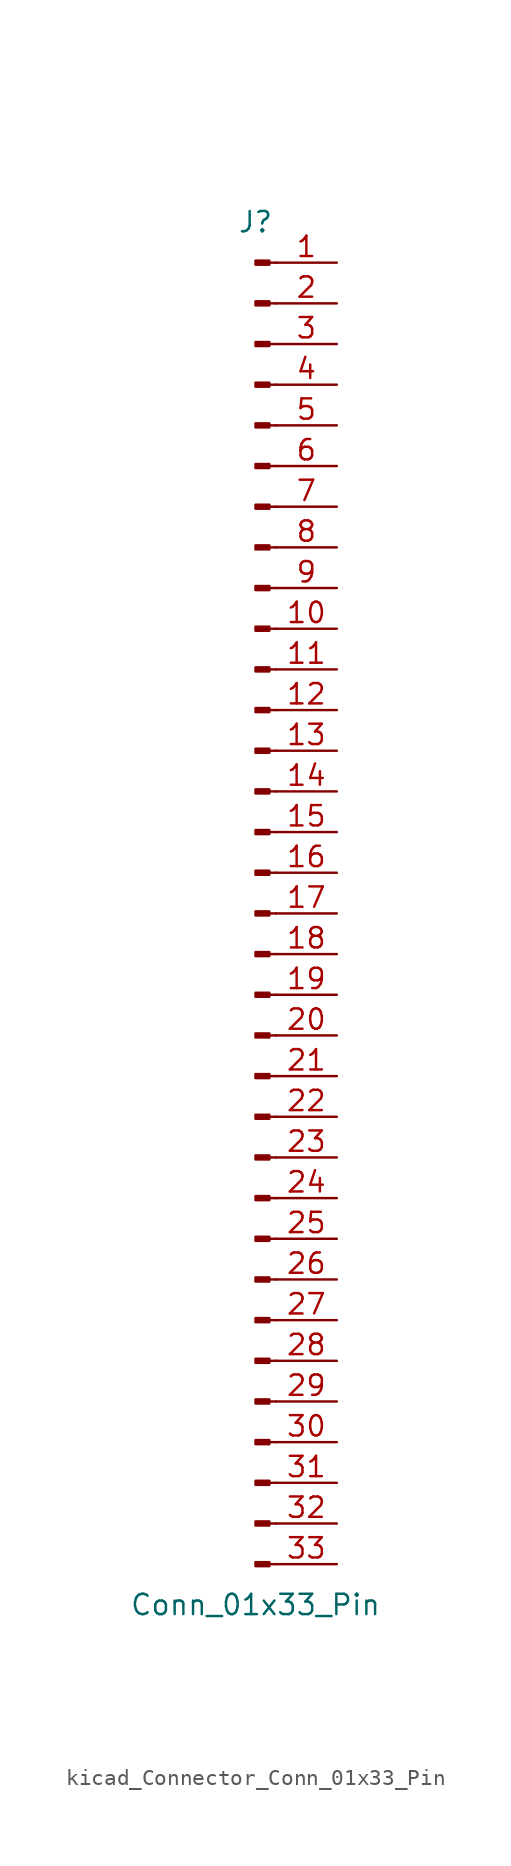
<source format=kicad_sym>
(kicad_symbol_lib
  (version 20220914)
  (generator kicad_symbol_editor)
  (symbol "kicad_Connector_Conn_01x33_Pin"
    (pin_names
      (offset 1.016) hide)
    (property "Reference" "J"
      (at 0 43.18 0)
      (effects (font (size 1.27 1.27))))
    (property "Value" "Conn_01x33_Pin"
      (at 0 -43.18 0)
      (effects (font (size 1.27 1.27))))
    (property "ki_locked" ""
      (at 0 0 0)
      (effects (font (size 1.27 1.27))))
    (symbol "kicad_Connector_Conn_01x33_Pin_1_1"
      (polyline (pts (xy 1.27 -40.64) (xy 0.864 -40.64)) (stroke (width 0.152) (type default)) (fill (type none)))
      (polyline (pts (xy 1.27 -38.1) (xy 0.864 -38.1)) (stroke (width 0.152) (type default)) (fill (type none)))
      (polyline (pts (xy 1.27 -35.56) (xy 0.864 -35.56)) (stroke (width 0.152) (type default)) (fill (type none)))
      (polyline (pts (xy 1.27 -33.02) (xy 0.864 -33.02)) (stroke (width 0.152) (type default)) (fill (type none)))
      (polyline (pts (xy 1.27 -30.48) (xy 0.864 -30.48)) (stroke (width 0.152) (type default)) (fill (type none)))
      (polyline (pts (xy 1.27 -27.94) (xy 0.864 -27.94)) (stroke (width 0.152) (type default)) (fill (type none)))
      (polyline (pts (xy 1.27 -25.4) (xy 0.864 -25.4)) (stroke (width 0.152) (type default)) (fill (type none)))
      (polyline (pts (xy 1.27 -22.86) (xy 0.864 -22.86)) (stroke (width 0.152) (type default)) (fill (type none)))
      (polyline (pts (xy 1.27 -20.32) (xy 0.864 -20.32)) (stroke (width 0.152) (type default)) (fill (type none)))
      (polyline (pts (xy 1.27 -17.78) (xy 0.864 -17.78)) (stroke (width 0.152) (type default)) (fill (type none)))
      (polyline (pts (xy 1.27 -15.24) (xy 0.864 -15.24)) (stroke (width 0.152) (type default)) (fill (type none)))
      (polyline (pts (xy 1.27 -12.7) (xy 0.864 -12.7)) (stroke (width 0.152) (type default)) (fill (type none)))
      (polyline (pts (xy 1.27 -10.16) (xy 0.864 -10.16)) (stroke (width 0.152) (type default)) (fill (type none)))
      (polyline (pts (xy 1.27 -7.62) (xy 0.864 -7.62)) (stroke (width 0.152) (type default)) (fill (type none)))
      (polyline (pts (xy 1.27 -5.08) (xy 0.864 -5.08)) (stroke (width 0.152) (type default)) (fill (type none)))
      (polyline (pts (xy 1.27 -2.54) (xy 0.864 -2.54)) (stroke (width 0.152) (type default)) (fill (type none)))
      (polyline (pts (xy 1.27 0) (xy 0.864 0)) (stroke (width 0.152) (type default)) (fill (type none)))
      (polyline (pts (xy 1.27 2.54) (xy 0.864 2.54)) (stroke (width 0.152) (type default)) (fill (type none)))
      (polyline (pts (xy 1.27 5.08) (xy 0.864 5.08)) (stroke (width 0.152) (type default)) (fill (type none)))
      (polyline (pts (xy 1.27 7.62) (xy 0.864 7.62)) (stroke (width 0.152) (type default)) (fill (type none)))
      (polyline (pts (xy 1.27 10.16) (xy 0.864 10.16)) (stroke (width 0.152) (type default)) (fill (type none)))
      (polyline (pts (xy 1.27 12.7) (xy 0.864 12.7)) (stroke (width 0.152) (type default)) (fill (type none)))
      (polyline (pts (xy 1.27 15.24) (xy 0.864 15.24)) (stroke (width 0.152) (type default)) (fill (type none)))
      (polyline (pts (xy 1.27 17.78) (xy 0.864 17.78)) (stroke (width 0.152) (type default)) (fill (type none)))
      (polyline (pts (xy 1.27 20.32) (xy 0.864 20.32)) (stroke (width 0.152) (type default)) (fill (type none)))
      (polyline (pts (xy 1.27 22.86) (xy 0.864 22.86)) (stroke (width 0.152) (type default)) (fill (type none)))
      (polyline (pts (xy 1.27 25.4) (xy 0.864 25.4)) (stroke (width 0.152) (type default)) (fill (type none)))
      (polyline (pts (xy 1.27 27.94) (xy 0.864 27.94)) (stroke (width 0.152) (type default)) (fill (type none)))
      (polyline (pts (xy 1.27 30.48) (xy 0.864 30.48)) (stroke (width 0.152) (type default)) (fill (type none)))
      (polyline (pts (xy 1.27 33.02) (xy 0.864 33.02)) (stroke (width 0.152) (type default)) (fill (type none)))
      (polyline (pts (xy 1.27 35.56) (xy 0.864 35.56)) (stroke (width 0.152) (type default)) (fill (type none)))
      (polyline (pts (xy 1.27 38.1) (xy 0.864 38.1)) (stroke (width 0.152) (type default)) (fill (type none)))
      (polyline (pts (xy 1.27 40.64) (xy 0.864 40.64)) (stroke (width 0.152) (type default)) (fill (type none)))
      (rectangle (start 0.864 -40.513) (end 0 -40.767) (stroke (width 0.152) (type default)) (fill (type outline)))
      (rectangle (start 0.864 -37.973) (end 0 -38.227) (stroke (width 0.152) (type default)) (fill (type outline)))
      (rectangle (start 0.864 -35.433) (end 0 -35.687) (stroke (width 0.152) (type default)) (fill (type outline)))
      (rectangle (start 0.864 -32.893) (end 0 -33.147) (stroke (width 0.152) (type default)) (fill (type outline)))
      (rectangle (start 0.864 -30.353) (end 0 -30.607) (stroke (width 0.152) (type default)) (fill (type outline)))
      (rectangle (start 0.864 -27.813) (end 0 -28.067) (stroke (width 0.152) (type default)) (fill (type outline)))
      (rectangle (start 0.864 -25.273) (end 0 -25.527) (stroke (width 0.152) (type default)) (fill (type outline)))
      (rectangle (start 0.864 -22.733) (end 0 -22.987) (stroke (width 0.152) (type default)) (fill (type outline)))
      (rectangle (start 0.864 -20.193) (end 0 -20.447) (stroke (width 0.152) (type default)) (fill (type outline)))
      (rectangle (start 0.864 -17.653) (end 0 -17.907) (stroke (width 0.152) (type default)) (fill (type outline)))
      (rectangle (start 0.864 -15.113) (end 0 -15.367) (stroke (width 0.152) (type default)) (fill (type outline)))
      (rectangle (start 0.864 -12.573) (end 0 -12.827) (stroke (width 0.152) (type default)) (fill (type outline)))
      (rectangle (start 0.864 -10.033) (end 0 -10.287) (stroke (width 0.152) (type default)) (fill (type outline)))
      (rectangle (start 0.864 -7.493) (end 0 -7.747) (stroke (width 0.152) (type default)) (fill (type outline)))
      (rectangle (start 0.864 -4.953) (end 0 -5.207) (stroke (width 0.152) (type default)) (fill (type outline)))
      (rectangle (start 0.864 -2.413) (end 0 -2.667) (stroke (width 0.152) (type default)) (fill (type outline)))
      (rectangle (start 0.864 0.127) (end 0 -0.127) (stroke (width 0.152) (type default)) (fill (type outline)))
      (rectangle (start 0.864 2.667) (end 0 2.413) (stroke (width 0.152) (type default)) (fill (type outline)))
      (rectangle (start 0.864 5.207) (end 0 4.953) (stroke (width 0.152) (type default)) (fill (type outline)))
      (rectangle (start 0.864 7.747) (end 0 7.493) (stroke (width 0.152) (type default)) (fill (type outline)))
      (rectangle (start 0.864 10.287) (end 0 10.033) (stroke (width 0.152) (type default)) (fill (type outline)))
      (rectangle (start 0.864 12.827) (end 0 12.573) (stroke (width 0.152) (type default)) (fill (type outline)))
      (rectangle (start 0.864 15.367) (end 0 15.113) (stroke (width 0.152) (type default)) (fill (type outline)))
      (rectangle (start 0.864 17.907) (end 0 17.653) (stroke (width 0.152) (type default)) (fill (type outline)))
      (rectangle (start 0.864 20.447) (end 0 20.193) (stroke (width 0.152) (type default)) (fill (type outline)))
      (rectangle (start 0.864 22.987) (end 0 22.733) (stroke (width 0.152) (type default)) (fill (type outline)))
      (rectangle (start 0.864 25.527) (end 0 25.273) (stroke (width 0.152) (type default)) (fill (type outline)))
      (rectangle (start 0.864 28.067) (end 0 27.813) (stroke (width 0.152) (type default)) (fill (type outline)))
      (rectangle (start 0.864 30.607) (end 0 30.353) (stroke (width 0.152) (type default)) (fill (type outline)))
      (rectangle (start 0.864 33.147) (end 0 32.893) (stroke (width 0.152) (type default)) (fill (type outline)))
      (rectangle (start 0.864 35.687) (end 0 35.433) (stroke (width 0.152) (type default)) (fill (type outline)))
      (rectangle (start 0.864 38.227) (end 0 37.973) (stroke (width 0.152) (type default)) (fill (type outline)))
      (rectangle (start 0.864 40.767) (end 0 40.513) (stroke (width 0.152) (type default)) (fill (type outline)))
      (pin passive line (at 5.08 40.64 180) (length 3.81) (name "Pin_1" (effects (font (size 1.27 1.27)))) (number "1" (effects (font (size 1.27 1.27)))))
      (pin passive line (at 5.08 17.78 180) (length 3.81) (name "Pin_10" (effects (font (size 1.27 1.27)))) (number "10" (effects (font (size 1.27 1.27)))))
      (pin passive line (at 5.08 15.24 180) (length 3.81) (name "Pin_11" (effects (font (size 1.27 1.27)))) (number "11" (effects (font (size 1.27 1.27)))))
      (pin passive line (at 5.08 12.7 180) (length 3.81) (name "Pin_12" (effects (font (size 1.27 1.27)))) (number "12" (effects (font (size 1.27 1.27)))))
      (pin passive line (at 5.08 10.16 180) (length 3.81) (name "Pin_13" (effects (font (size 1.27 1.27)))) (number "13" (effects (font (size 1.27 1.27)))))
      (pin passive line (at 5.08 7.62 180) (length 3.81) (name "Pin_14" (effects (font (size 1.27 1.27)))) (number "14" (effects (font (size 1.27 1.27)))))
      (pin passive line (at 5.08 5.08 180) (length 3.81) (name "Pin_15" (effects (font (size 1.27 1.27)))) (number "15" (effects (font (size 1.27 1.27)))))
      (pin passive line (at 5.08 2.54 180) (length 3.81) (name "Pin_16" (effects (font (size 1.27 1.27)))) (number "16" (effects (font (size 1.27 1.27)))))
      (pin passive line (at 5.08 0 180) (length 3.81) (name "Pin_17" (effects (font (size 1.27 1.27)))) (number "17" (effects (font (size 1.27 1.27)))))
      (pin passive line (at 5.08 -2.54 180) (length 3.81) (name "Pin_18" (effects (font (size 1.27 1.27)))) (number "18" (effects (font (size 1.27 1.27)))))
      (pin passive line (at 5.08 -5.08 180) (length 3.81) (name "Pin_19" (effects (font (size 1.27 1.27)))) (number "19" (effects (font (size 1.27 1.27)))))
      (pin passive line (at 5.08 38.1 180) (length 3.81) (name "Pin_2" (effects (font (size 1.27 1.27)))) (number "2" (effects (font (size 1.27 1.27)))))
      (pin passive line (at 5.08 -7.62 180) (length 3.81) (name "Pin_20" (effects (font (size 1.27 1.27)))) (number "20" (effects (font (size 1.27 1.27)))))
      (pin passive line (at 5.08 -10.16 180) (length 3.81) (name "Pin_21" (effects (font (size 1.27 1.27)))) (number "21" (effects (font (size 1.27 1.27)))))
      (pin passive line (at 5.08 -12.7 180) (length 3.81) (name "Pin_22" (effects (font (size 1.27 1.27)))) (number "22" (effects (font (size 1.27 1.27)))))
      (pin passive line (at 5.08 -15.24 180) (length 3.81) (name "Pin_23" (effects (font (size 1.27 1.27)))) (number "23" (effects (font (size 1.27 1.27)))))
      (pin passive line (at 5.08 -17.78 180) (length 3.81) (name "Pin_24" (effects (font (size 1.27 1.27)))) (number "24" (effects (font (size 1.27 1.27)))))
      (pin passive line (at 5.08 -20.32 180) (length 3.81) (name "Pin_25" (effects (font (size 1.27 1.27)))) (number "25" (effects (font (size 1.27 1.27)))))
      (pin passive line (at 5.08 -22.86 180) (length 3.81) (name "Pin_26" (effects (font (size 1.27 1.27)))) (number "26" (effects (font (size 1.27 1.27)))))
      (pin passive line (at 5.08 -25.4 180) (length 3.81) (name "Pin_27" (effects (font (size 1.27 1.27)))) (number "27" (effects (font (size 1.27 1.27)))))
      (pin passive line (at 5.08 -27.94 180) (length 3.81) (name "Pin_28" (effects (font (size 1.27 1.27)))) (number "28" (effects (font (size 1.27 1.27)))))
      (pin passive line (at 5.08 -30.48 180) (length 3.81) (name "Pin_29" (effects (font (size 1.27 1.27)))) (number "29" (effects (font (size 1.27 1.27)))))
      (pin passive line (at 5.08 35.56 180) (length 3.81) (name "Pin_3" (effects (font (size 1.27 1.27)))) (number "3" (effects (font (size 1.27 1.27)))))
      (pin passive line (at 5.08 -33.02 180) (length 3.81) (name "Pin_30" (effects (font (size 1.27 1.27)))) (number "30" (effects (font (size 1.27 1.27)))))
      (pin passive line (at 5.08 -35.56 180) (length 3.81) (name "Pin_31" (effects (font (size 1.27 1.27)))) (number "31" (effects (font (size 1.27 1.27)))))
      (pin passive line (at 5.08 -38.1 180) (length 3.81) (name "Pin_32" (effects (font (size 1.27 1.27)))) (number "32" (effects (font (size 1.27 1.27)))))
      (pin passive line (at 5.08 -40.64 180) (length 3.81) (name "Pin_33" (effects (font (size 1.27 1.27)))) (number "33" (effects (font (size 1.27 1.27)))))
      (pin passive line (at 5.08 33.02 180) (length 3.81) (name "Pin_4" (effects (font (size 1.27 1.27)))) (number "4" (effects (font (size 1.27 1.27)))))
      (pin passive line (at 5.08 30.48 180) (length 3.81) (name "Pin_5" (effects (font (size 1.27 1.27)))) (number "5" (effects (font (size 1.27 1.27)))))
      (pin passive line (at 5.08 27.94 180) (length 3.81) (name "Pin_6" (effects (font (size 1.27 1.27)))) (number "6" (effects (font (size 1.27 1.27)))))
      (pin passive line (at 5.08 25.4 180) (length 3.81) (name "Pin_7" (effects (font (size 1.27 1.27)))) (number "7" (effects (font (size 1.27 1.27)))))
      (pin passive line (at 5.08 22.86 180) (length 3.81) (name "Pin_8" (effects (font (size 1.27 1.27)))) (number "8" (effects (font (size 1.27 1.27)))))
      (pin passive line (at 5.08 20.32 180) (length 3.81) (name "Pin_9" (effects (font (size 1.27 1.27)))) (number "9" (effects (font (size 1.27 1.27))))))))
</source>
